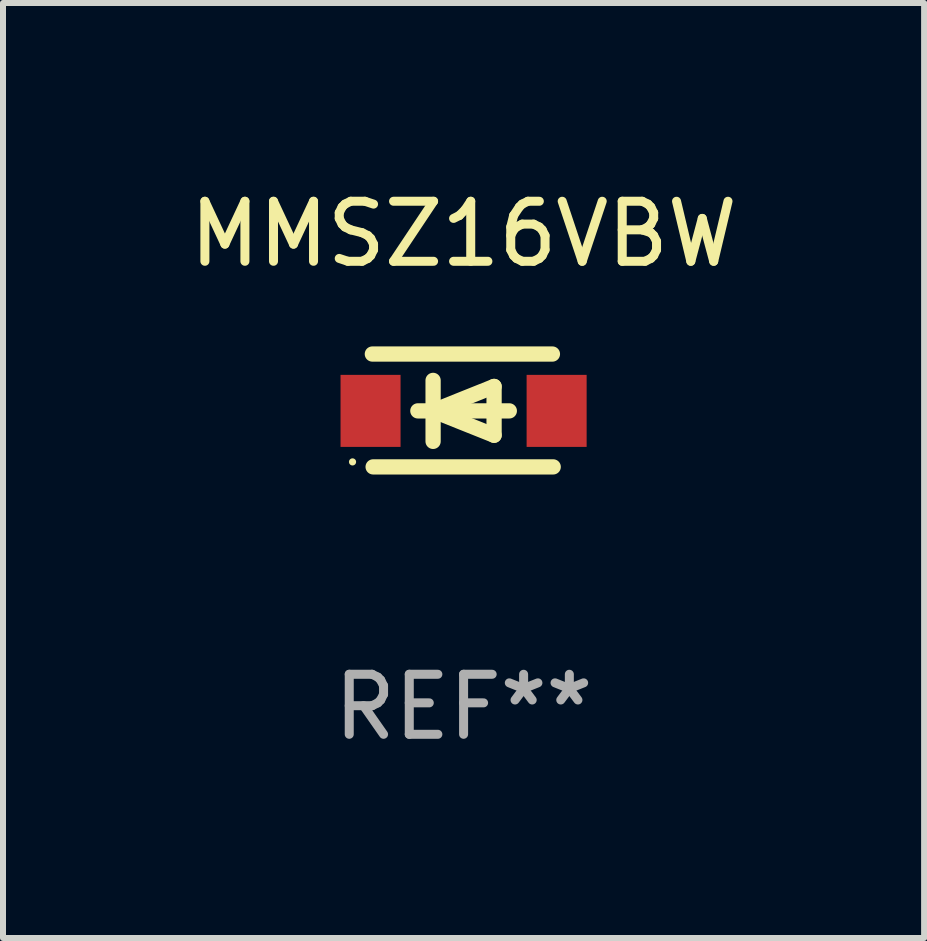
<source format=kicad_pcb>
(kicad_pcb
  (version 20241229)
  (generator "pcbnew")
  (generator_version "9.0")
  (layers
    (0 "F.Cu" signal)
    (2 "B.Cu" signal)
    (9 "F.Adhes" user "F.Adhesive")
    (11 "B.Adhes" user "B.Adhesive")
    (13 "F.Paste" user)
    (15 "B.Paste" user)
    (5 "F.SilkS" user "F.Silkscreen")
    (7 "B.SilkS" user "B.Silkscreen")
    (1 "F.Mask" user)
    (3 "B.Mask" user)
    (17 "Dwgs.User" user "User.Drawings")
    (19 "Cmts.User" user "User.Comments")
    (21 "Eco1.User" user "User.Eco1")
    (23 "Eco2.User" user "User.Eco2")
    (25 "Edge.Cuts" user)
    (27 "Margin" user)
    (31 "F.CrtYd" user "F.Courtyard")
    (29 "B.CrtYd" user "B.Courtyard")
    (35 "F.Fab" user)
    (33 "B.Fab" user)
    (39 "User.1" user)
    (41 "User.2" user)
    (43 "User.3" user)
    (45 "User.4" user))
  (footprint "MMSZ16VBW"
    (layer "F.Cu")
    (at 4.673 3.788)
    (property "Reference" "MMSZ16VBW" (at 0 -2.94 0) (layer "F.SilkS") (effects (font (size 1 1) (thickness 0.15))))
    (attr through_hole)
    (fp_line (start -1.52 -0.94) (end 1.48 -0.94) (stroke (width 0.254) (type solid)) (layer "F.SilkS"))
    (fp_line (start -1.507 0.94) (end 1.493 0.94) (stroke (width 0.254) (type solid)) (layer "F.SilkS"))
    (fp_line (start -0.762 0.007) (end 0.762 0.007) (stroke (width 0.254) (type solid)) (layer "F.SilkS"))
    (fp_line (start -0.508 -0.501) (end -0.508 0.515) (stroke (width 0.254) (type solid)) (layer "F.SilkS"))
    (fp_line (start -0.508 0.007) (end 0.508 -0.4) (stroke (width 0.254) (type solid)) (layer "F.SilkS"))
    (fp_line (start 0.508 -0.4) (end 0.508 0.413) (stroke (width 0.254) (type solid)) (layer "F.SilkS"))
    (fp_line (start 0.508 0.413) (end -0.508 0.007) (stroke (width 0.254) (type solid)) (layer "F.SilkS"))
    (fp_circle (center -1.85 0.857) (end -1.82 0.857) (stroke (width 0.06) (type solid)) (fill no) (layer "F.SilkS"))
    (fp_text user "REF**" (at 0 4.94 0) (layer "F.Fab") (effects (font (size 1 1) (thickness 0.15))))
    (pad "1" smd rect (at -1.55 0.007) (size 1 1.2) (layers "F.Cu" "F.Mask" "F.Paste"))
    (pad "2" smd rect (at 1.55 0.007) (size 1 1.2) (layers "F.Cu" "F.Mask" "F.Paste")))
  (gr_rect
    (start -3 -3)
    (end 12.345 12.576)
    (stroke (width 0.1) (type default))
    (fill no)
    (layer "Edge.Cuts")))
</source>
